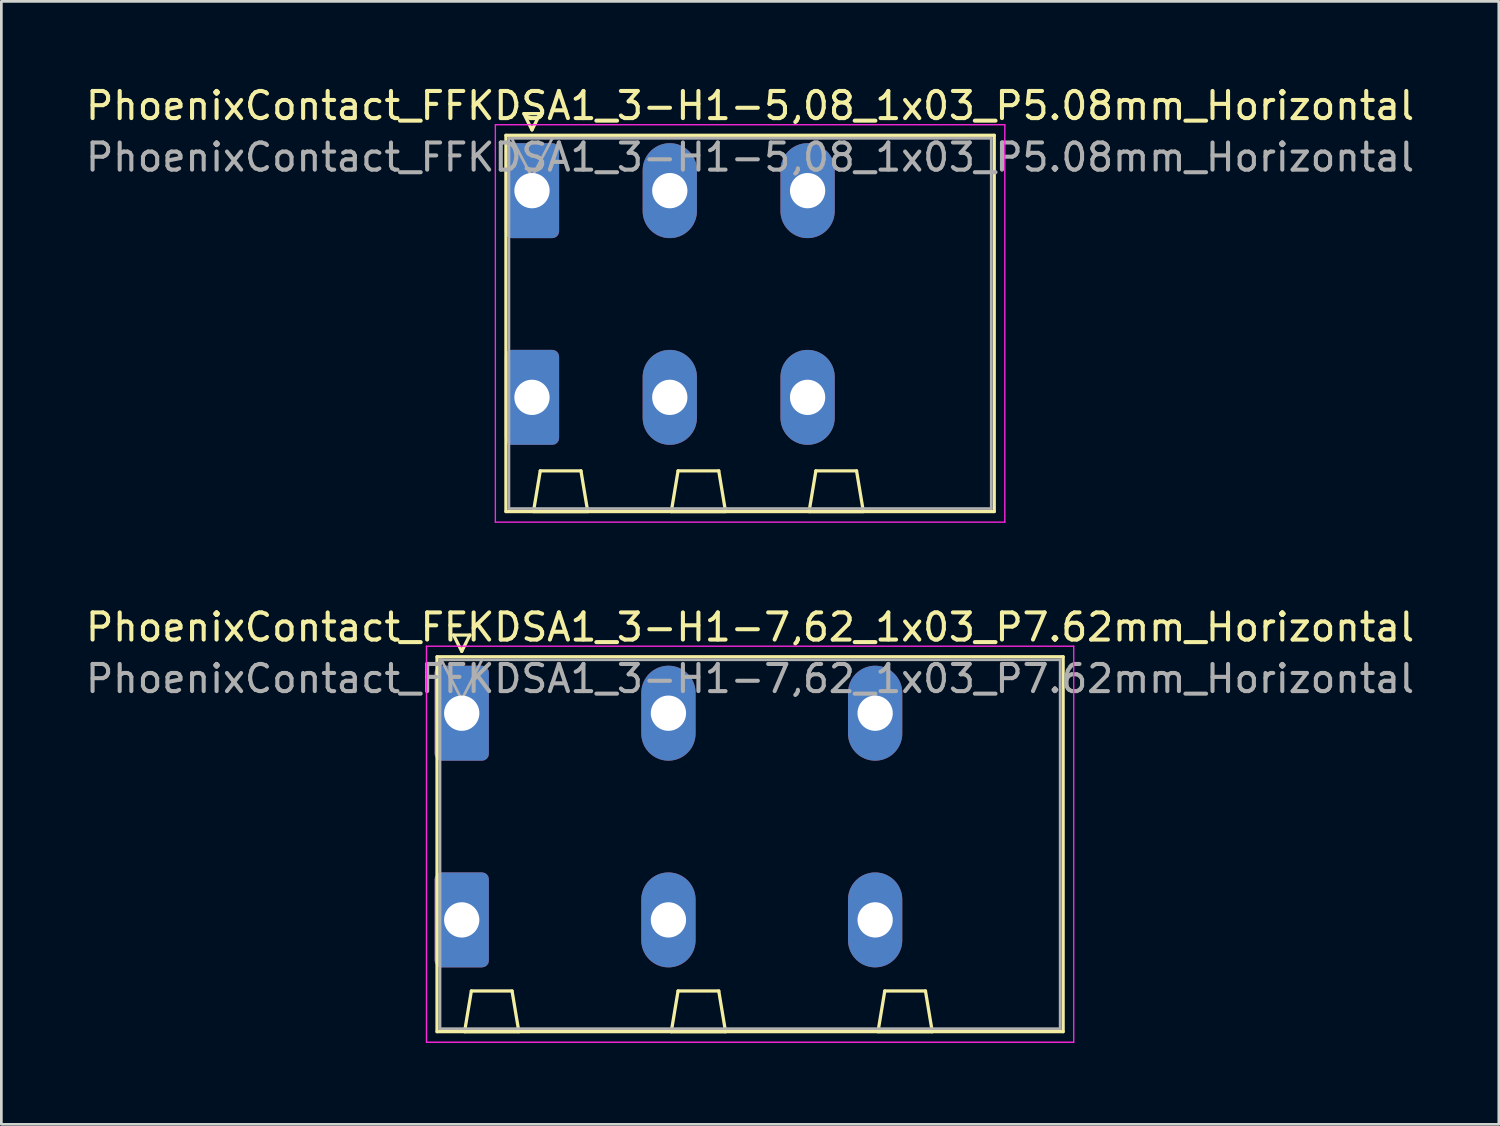
<source format=kicad_pcb>
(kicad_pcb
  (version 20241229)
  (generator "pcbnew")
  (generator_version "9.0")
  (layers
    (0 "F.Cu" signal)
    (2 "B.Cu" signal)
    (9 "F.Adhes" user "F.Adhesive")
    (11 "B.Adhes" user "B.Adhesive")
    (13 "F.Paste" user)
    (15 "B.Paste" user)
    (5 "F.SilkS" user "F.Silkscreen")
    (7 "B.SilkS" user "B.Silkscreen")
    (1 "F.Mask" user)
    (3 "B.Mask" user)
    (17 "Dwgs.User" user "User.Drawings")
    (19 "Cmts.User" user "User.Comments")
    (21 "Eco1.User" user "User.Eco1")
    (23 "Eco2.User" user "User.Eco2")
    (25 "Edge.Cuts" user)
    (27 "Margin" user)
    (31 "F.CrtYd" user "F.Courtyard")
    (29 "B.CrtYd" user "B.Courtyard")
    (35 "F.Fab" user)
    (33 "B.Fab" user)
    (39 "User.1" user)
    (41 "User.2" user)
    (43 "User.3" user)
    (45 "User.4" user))
  (footprint "PhoenixContact_FFKDSA1_3-H1-7,62_1x03_P7.62mm_Horizontal"
    (layer "F.Cu")
    (at 13.971 23.241)
    (property "Reference" "PhoenixContact_FFKDSA1_3-H1-7,62_1x03_P7.62mm_Horizontal" (at 10.63 -3.17 0) (layer "F.SilkS") (effects (font (size 1 1) (thickness 0.15))))
    (attr through_hole)
    (fp_line (start -0.91 -2.08) (end -0.91 11.74) (stroke (width 0.12) (type solid)) (layer "F.SilkS"))
    (fp_line (start -0.91 11.74) (end 22.17 11.74) (stroke (width 0.12) (type solid)) (layer "F.SilkS"))
    (fp_line (start -0.3 -2.88) (end 0.3 -2.88) (stroke (width 0.12) (type solid)) (layer "F.SilkS"))
    (fp_line (start 0 -2.28) (end -0.3 -2.88) (stroke (width 0.12) (type solid)) (layer "F.SilkS"))
    (fp_line (start 0.105 11.74) (end 2.105 11.74) (stroke (width 0.12) (type solid)) (layer "F.SilkS"))
    (fp_line (start 0.3 -2.88) (end 0 -2.28) (stroke (width 0.12) (type solid)) (layer "F.SilkS"))
    (fp_line (start 0.355 10.24) (end 0.105 11.74) (stroke (width 0.12) (type solid)) (layer "F.SilkS"))
    (fp_line (start 1.855 10.24) (end 0.355 10.24) (stroke (width 0.12) (type solid)) (layer "F.SilkS"))
    (fp_line (start 2.105 11.74) (end 1.855 10.24) (stroke (width 0.12) (type solid)) (layer "F.SilkS"))
    (fp_line (start 7.725 11.74) (end 9.725 11.74) (stroke (width 0.12) (type solid)) (layer "F.SilkS"))
    (fp_line (start 7.975 10.24) (end 7.725 11.74) (stroke (width 0.12) (type solid)) (layer "F.SilkS"))
    (fp_line (start 9.475 10.24) (end 7.975 10.24) (stroke (width 0.12) (type solid)) (layer "F.SilkS"))
    (fp_line (start 9.725 11.74) (end 9.475 10.24) (stroke (width 0.12) (type solid)) (layer "F.SilkS"))
    (fp_line (start 15.345 11.74) (end 17.345 11.74) (stroke (width 0.12) (type solid)) (layer "F.SilkS"))
    (fp_line (start 15.595 10.24) (end 15.345 11.74) (stroke (width 0.12) (type solid)) (layer "F.SilkS"))
    (fp_line (start 17.095 10.24) (end 15.595 10.24) (stroke (width 0.12) (type solid)) (layer "F.SilkS"))
    (fp_line (start 17.345 11.74) (end 17.095 10.24) (stroke (width 0.12) (type solid)) (layer "F.SilkS"))
    (fp_line (start 22.17 -2.08) (end -0.91 -2.08) (stroke (width 0.12) (type solid)) (layer "F.SilkS"))
    (fp_line (start 22.17 11.74) (end 22.17 -2.08) (stroke (width 0.12) (type solid)) (layer "F.SilkS"))
    (fp_line (start -1.3 -2.47) (end -1.3 12.13) (stroke (width 0.05) (type solid)) (layer "F.CrtYd"))
    (fp_line (start -1.3 12.13) (end 22.56 12.13) (stroke (width 0.05) (type solid)) (layer "F.CrtYd"))
    (fp_line (start 22.56 -2.47) (end -1.3 -2.47) (stroke (width 0.05) (type solid)) (layer "F.CrtYd"))
    (fp_line (start 22.56 12.13) (end 22.56 -2.47) (stroke (width 0.05) (type solid)) (layer "F.CrtYd"))
    (fp_line (start -0.8 -1.97) (end -0.8 11.63) (stroke (width 0.1) (type solid)) (layer "F.Fab"))
    (fp_line (start -0.8 11.63) (end 22.06 11.63) (stroke (width 0.1) (type solid)) (layer "F.Fab"))
    (fp_line (start 0 -0.5) (end -0.75 -1.97) (stroke (width 0.1) (type solid)) (layer "F.Fab"))
    (fp_line (start 0.75 -1.97) (end 0 -0.5) (stroke (width 0.1) (type solid)) (layer "F.Fab"))
    (fp_line (start 22.06 -1.97) (end -0.8 -1.97) (stroke (width 0.1) (type solid)) (layer "F.Fab"))
    (fp_line (start 22.06 11.63) (end 22.06 -1.97) (stroke (width 0.1) (type solid)) (layer "F.Fab"))
    (fp_text user "${REFERENCE}" (at 10.63 -1.27 0) (layer "F.Fab") (effects (font (size 1 1) (thickness 0.15))))
    (pad "1" thru_hole roundrect (at 0 0) (size 2 3.5) (drill 1.3) (layers "*.Cu" "*.Mask") (roundrect_rratio 0.125))
    (pad "1" thru_hole roundrect (at 0 7.62) (size 2 3.5) (drill 1.3) (layers "*.Cu" "*.Mask") (roundrect_rratio 0.125))
    (pad "2" thru_hole oval (at 7.62 0) (size 2 3.5) (drill 1.3) (layers "*.Cu" "*.Mask"))
    (pad "2" thru_hole oval (at 7.62 7.62) (size 2 3.5) (drill 1.3) (layers "*.Cu" "*.Mask"))
    (pad "3" thru_hole oval (at 15.24 0) (size 2 3.5) (drill 1.3) (layers "*.Cu" "*.Mask"))
    (pad "3" thru_hole oval (at 15.24 7.62) (size 2 3.5) (drill 1.3) (layers "*.Cu" "*.Mask")))
  (footprint "PhoenixContact_FFKDSA1_3-H1-5,08_1x03_P5.08mm_Horizontal"
    (layer "F.Cu")
    (at 16.561 3.978)
    (property "Reference" "PhoenixContact_FFKDSA1_3-H1-5,08_1x03_P5.08mm_Horizontal" (at 8.04 -3.13 0) (layer "F.SilkS") (effects (font (size 1 1) (thickness 0.15))))
    (attr through_hole)
    (fp_line (start -0.96 -2.04) (end -0.96 11.83) (stroke (width 0.12) (type solid)) (layer "F.SilkS"))
    (fp_line (start -0.96 11.83) (end 17.04 11.83) (stroke (width 0.12) (type solid)) (layer "F.SilkS"))
    (fp_line (start -0.3 -2.84) (end 0.3 -2.84) (stroke (width 0.12) (type solid)) (layer "F.SilkS"))
    (fp_line (start 0 -2.24) (end -0.3 -2.84) (stroke (width 0.12) (type solid)) (layer "F.SilkS"))
    (fp_line (start 0.055 11.83) (end 2.055 11.83) (stroke (width 0.12) (type solid)) (layer "F.SilkS"))
    (fp_line (start 0.3 -2.84) (end 0 -2.24) (stroke (width 0.12) (type solid)) (layer "F.SilkS"))
    (fp_line (start 0.305 10.33) (end 0.055 11.83) (stroke (width 0.12) (type solid)) (layer "F.SilkS"))
    (fp_line (start 1.805 10.33) (end 0.305 10.33) (stroke (width 0.12) (type solid)) (layer "F.SilkS"))
    (fp_line (start 2.055 11.83) (end 1.805 10.33) (stroke (width 0.12) (type solid)) (layer "F.SilkS"))
    (fp_line (start 5.135 11.83) (end 7.135 11.83) (stroke (width 0.12) (type solid)) (layer "F.SilkS"))
    (fp_line (start 5.385 10.33) (end 5.135 11.83) (stroke (width 0.12) (type solid)) (layer "F.SilkS"))
    (fp_line (start 6.885 10.33) (end 5.385 10.33) (stroke (width 0.12) (type solid)) (layer "F.SilkS"))
    (fp_line (start 7.135 11.83) (end 6.885 10.33) (stroke (width 0.12) (type solid)) (layer "F.SilkS"))
    (fp_line (start 10.215 11.83) (end 12.215 11.83) (stroke (width 0.12) (type solid)) (layer "F.SilkS"))
    (fp_line (start 10.465 10.33) (end 10.215 11.83) (stroke (width 0.12) (type solid)) (layer "F.SilkS"))
    (fp_line (start 11.965 10.33) (end 10.465 10.33) (stroke (width 0.12) (type solid)) (layer "F.SilkS"))
    (fp_line (start 12.215 11.83) (end 11.965 10.33) (stroke (width 0.12) (type solid)) (layer "F.SilkS"))
    (fp_line (start 17.04 -2.04) (end -0.96 -2.04) (stroke (width 0.12) (type solid)) (layer "F.SilkS"))
    (fp_line (start 17.04 11.83) (end 17.04 -2.04) (stroke (width 0.12) (type solid)) (layer "F.SilkS"))
    (fp_line (start -1.35 -2.43) (end -1.35 12.22) (stroke (width 0.05) (type solid)) (layer "F.CrtYd"))
    (fp_line (start -1.35 12.22) (end 17.43 12.22) (stroke (width 0.05) (type solid)) (layer "F.CrtYd"))
    (fp_line (start 17.43 -2.43) (end -1.35 -2.43) (stroke (width 0.05) (type solid)) (layer "F.CrtYd"))
    (fp_line (start 17.43 12.22) (end 17.43 -2.43) (stroke (width 0.05) (type solid)) (layer "F.CrtYd"))
    (fp_line (start -0.85 -1.93) (end -0.85 11.72) (stroke (width 0.1) (type solid)) (layer "F.Fab"))
    (fp_line (start -0.85 11.72) (end 16.93 11.72) (stroke (width 0.1) (type solid)) (layer "F.Fab"))
    (fp_line (start 0 -0.5) (end -0.75 -1.93) (stroke (width 0.1) (type solid)) (layer "F.Fab"))
    (fp_line (start 0.75 -1.93) (end 0 -0.5) (stroke (width 0.1) (type solid)) (layer "F.Fab"))
    (fp_line (start 16.93 -1.93) (end -0.85 -1.93) (stroke (width 0.1) (type solid)) (layer "F.Fab"))
    (fp_line (start 16.93 11.72) (end 16.93 -1.93) (stroke (width 0.1) (type solid)) (layer "F.Fab"))
    (fp_text user "${REFERENCE}" (at 8.04 -1.23 0) (layer "F.Fab") (effects (font (size 1 1) (thickness 0.15))))
    (pad "1" thru_hole roundrect (at 0 0) (size 2 3.5) (drill 1.3) (layers "*.Cu" "*.Mask") (roundrect_rratio 0.125))
    (pad "1" thru_hole roundrect (at 0 7.62) (size 2 3.5) (drill 1.3) (layers "*.Cu" "*.Mask") (roundrect_rratio 0.125))
    (pad "2" thru_hole oval (at 5.08 0) (size 2 3.5) (drill 1.3) (layers "*.Cu" "*.Mask"))
    (pad "2" thru_hole oval (at 5.08 7.62) (size 2 3.5) (drill 1.3) (layers "*.Cu" "*.Mask"))
    (pad "3" thru_hole oval (at 10.16 0) (size 2 3.5) (drill 1.3) (layers "*.Cu" "*.Mask"))
    (pad "3" thru_hole oval (at 10.16 7.62) (size 2 3.5) (drill 1.3) (layers "*.Cu" "*.Mask")))
  (gr_rect
    (start -3 -3)
    (end 52.202 38.397)
    (stroke (width 0.1) (type default))
    (fill no)
    (layer "Edge.Cuts")))
</source>
